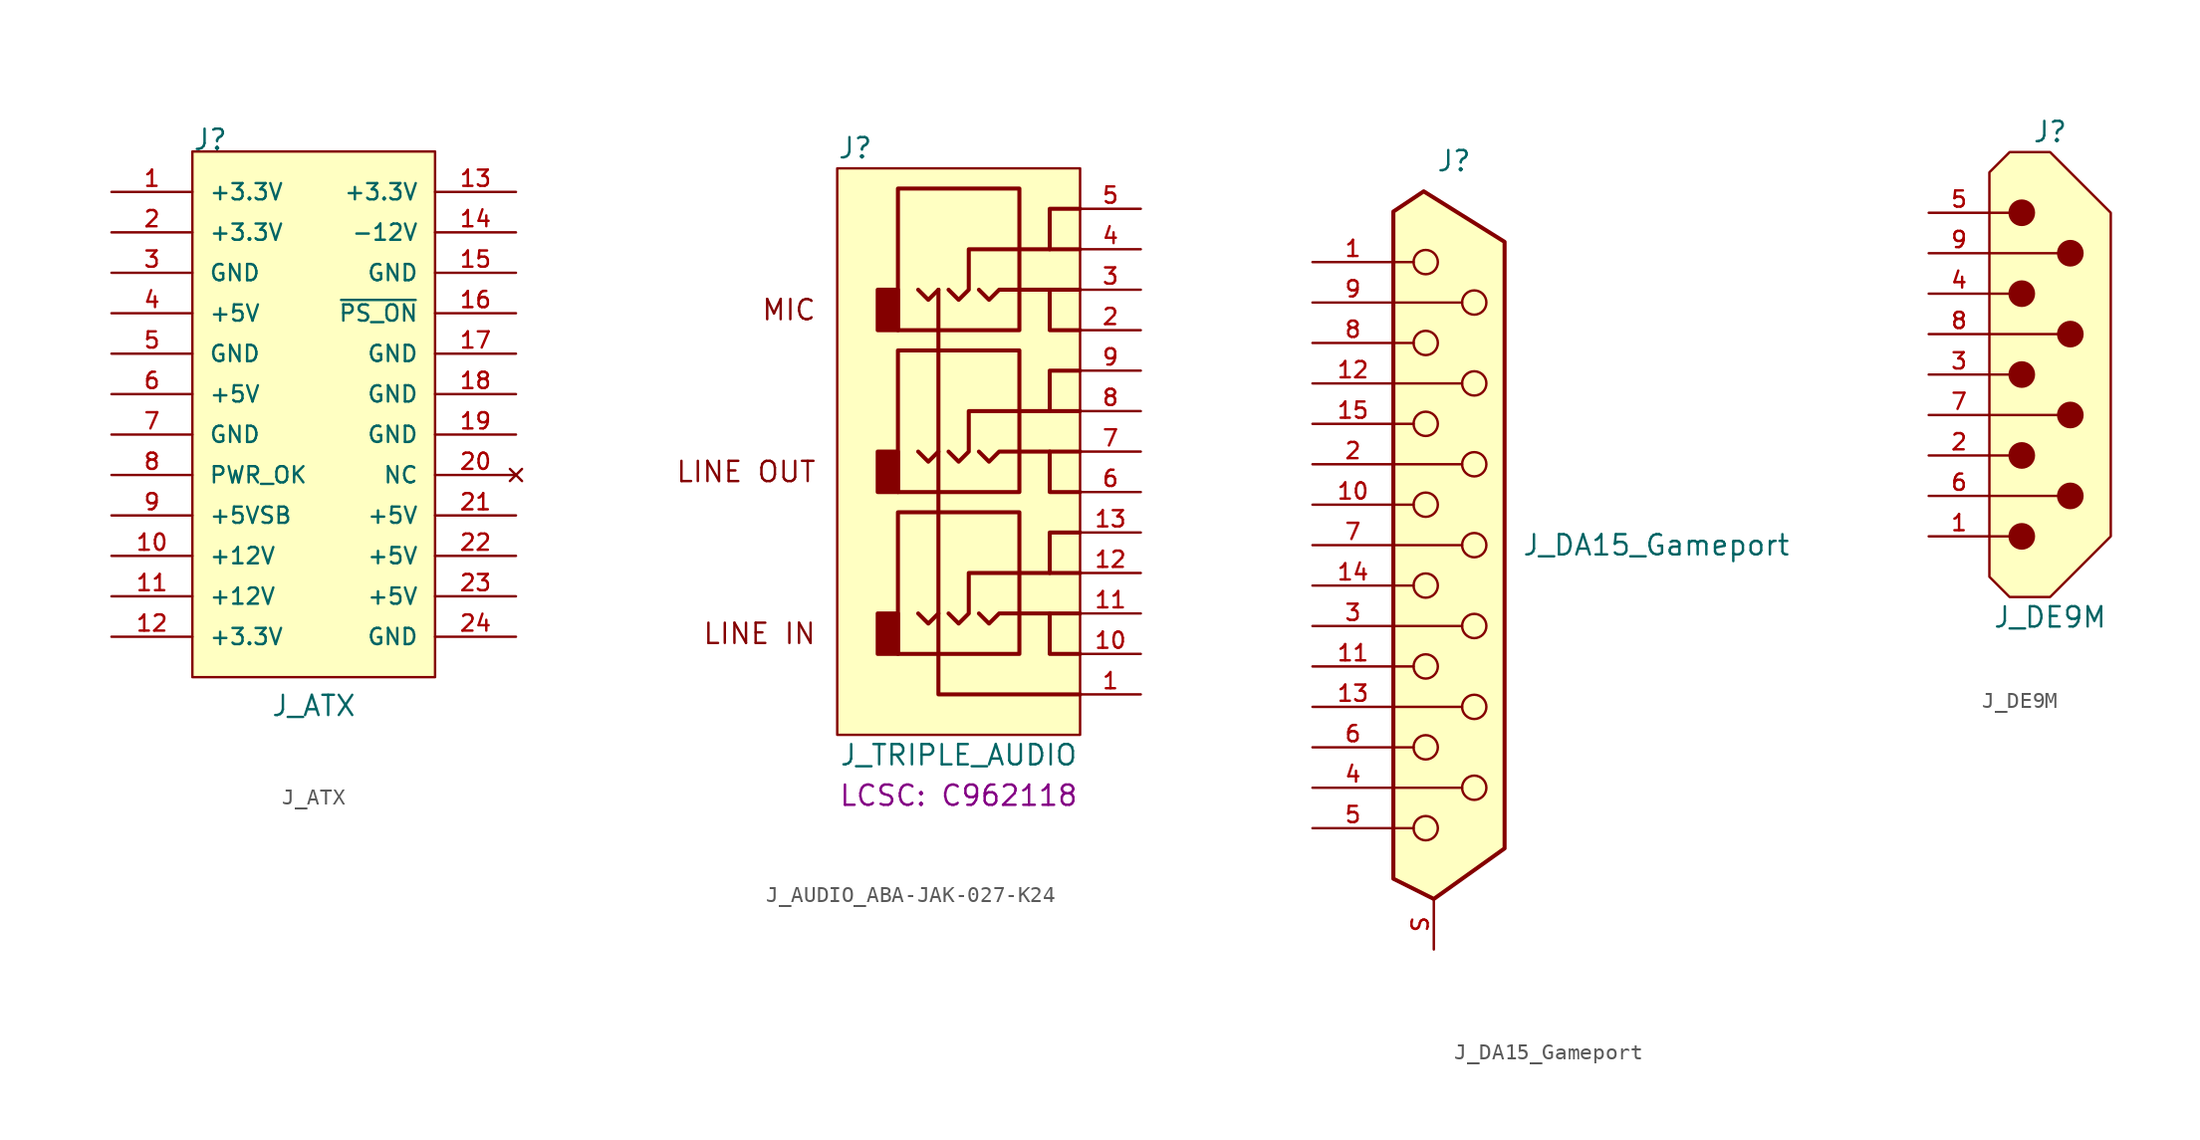
<source format=kicad_sym>
(kicad_symbol_lib
  (version 20220914)
  (generator kicad_symbol_editor)
  (symbol "J_ATX"
    (pin_names
      (offset 1.016))
    (property "Reference" "J"
      (at -7.62 16.51 0)
      (effects (font (size 1.27 1.27)) (justify left bottom)))
    (property "Value" "J_ATX"
      (at 0 -19.05 0)
      (effects (font (size 1.27 1.27)) (justify bottom)))
    (symbol "J_ATX_0_0"
      (rectangle (start -7.62 16.51) (end 7.62 -16.51) (stroke (width 0) (type default)) (fill (type background)))
      (pin input line (at 12.7 6.35 180) (length 5.08) (name "~{PS_ON}" (effects (font (size 1.016 1.016)))) (number "16" (effects (font (size 1.016 1.016)))))
      (pin no_connect line (at 12.7 -3.81 180) (length 5.08) (name "NC" (effects (font (size 1.016 1.016)))) (number "20" (effects (font (size 1.016 1.016)))))
      (pin output line (at -12.7 -3.81 0) (length 5.08) (name "PWR_OK" (effects (font (size 1.016 1.016)))) (number "8" (effects (font (size 1.016 1.016))))))
    (symbol "J_ATX_1_0"
      (pin power_in line (at -12.7 13.97 0) (length 5.08) (name "+3.3V" (effects (font (size 1.016 1.016)))) (number "1" (effects (font (size 1.016 1.016)))))
      (pin power_in line (at -12.7 -8.89 0) (length 5.08) (name "+12V" (effects (font (size 1.016 1.016)))) (number "10" (effects (font (size 1.016 1.016)))))
      (pin power_in line (at -12.7 -11.43 0) (length 5.08) (name "+12V" (effects (font (size 1.016 1.016)))) (number "11" (effects (font (size 1.016 1.016)))))
      (pin power_in line (at -12.7 -13.97 0) (length 5.08) (name "+3.3V" (effects (font (size 1.016 1.016)))) (number "12" (effects (font (size 1.016 1.016)))))
      (pin power_in line (at 12.7 13.97 180) (length 5.08) (name "+3.3V" (effects (font (size 1.016 1.016)))) (number "13" (effects (font (size 1.016 1.016)))))
      (pin power_in line (at 12.7 11.43 180) (length 5.08) (name "-12V" (effects (font (size 1.016 1.016)))) (number "14" (effects (font (size 1.016 1.016)))))
      (pin power_in line (at 12.7 8.89 180) (length 5.08) (name "GND" (effects (font (size 1.016 1.016)))) (number "15" (effects (font (size 1.016 1.016)))))
      (pin power_in line (at 12.7 3.81 180) (length 5.08) (name "GND" (effects (font (size 1.016 1.016)))) (number "17" (effects (font (size 1.016 1.016)))))
      (pin power_in line (at 12.7 1.27 180) (length 5.08) (name "GND" (effects (font (size 1.016 1.016)))) (number "18" (effects (font (size 1.016 1.016)))))
      (pin power_in line (at 12.7 -1.27 180) (length 5.08) (name "GND" (effects (font (size 1.016 1.016)))) (number "19" (effects (font (size 1.016 1.016)))))
      (pin power_in line (at -12.7 11.43 0) (length 5.08) (name "+3.3V" (effects (font (size 1.016 1.016)))) (number "2" (effects (font (size 1.016 1.016)))))
      (pin power_in line (at 12.7 -6.35 180) (length 5.08) (name "+5V" (effects (font (size 1.016 1.016)))) (number "21" (effects (font (size 1.016 1.016)))))
      (pin power_in line (at 12.7 -8.89 180) (length 5.08) (name "+5V" (effects (font (size 1.016 1.016)))) (number "22" (effects (font (size 1.016 1.016)))))
      (pin power_in line (at 12.7 -11.43 180) (length 5.08) (name "+5V" (effects (font (size 1.016 1.016)))) (number "23" (effects (font (size 1.016 1.016)))))
      (pin power_in line (at 12.7 -13.97 180) (length 5.08) (name "GND" (effects (font (size 1.016 1.016)))) (number "24" (effects (font (size 1.016 1.016)))))
      (pin power_in line (at -12.7 8.89 0) (length 5.08) (name "GND" (effects (font (size 1.016 1.016)))) (number "3" (effects (font (size 1.016 1.016)))))
      (pin power_in line (at -12.7 6.35 0) (length 5.08) (name "+5V" (effects (font (size 1.016 1.016)))) (number "4" (effects (font (size 1.016 1.016)))))
      (pin power_in line (at -12.7 3.81 0) (length 5.08) (name "GND" (effects (font (size 1.016 1.016)))) (number "5" (effects (font (size 1.016 1.016)))))
      (pin power_in line (at -12.7 1.27 0) (length 5.08) (name "+5V" (effects (font (size 1.016 1.016)))) (number "6" (effects (font (size 1.016 1.016)))))
      (pin power_in line (at -12.7 -1.27 0) (length 5.08) (name "GND" (effects (font (size 1.016 1.016)))) (number "7" (effects (font (size 1.016 1.016)))))
      (pin power_in line (at -12.7 -6.35 0) (length 5.08) (name "+5VSB" (effects (font (size 1.016 1.016)))) (number "9" (effects (font (size 1.016 1.016)))))))
  (symbol "J_AUDIO_ABA-JAK-027-K24"
    (property "Reference" "J"
      (at -7.62 19.05 0)
      (effects (font (size 1.27 1.27)) (justify left)))
    (property "Value" "J_TRIPLE_AUDIO"
      (at 0 -19.05 0)
      (effects (font (size 1.27 1.27))))
    (property "LCSC" "C962118"
      (at 0 -21.59 0)
      (show_name)
      (effects (font (size 1.27 1.27))))
    (symbol "J_AUDIO_ABA-JAK-027-K24_0_1"
      (rectangle (start -3.81 -12.7) (end -5.08 -10.16) (stroke (width 0.254) (type default)) (fill (type outline)))
      (rectangle (start -3.81 -2.54) (end -5.08 0) (stroke (width 0.254) (type default)) (fill (type outline)))
      (rectangle (start -3.81 7.62) (end -5.08 10.16) (stroke (width 0.254) (type default)) (fill (type outline)))
      (polyline (pts (xy 1.27 -10.16) (xy 1.905 -10.795) (xy 2.54 -10.16) (xy 3.81 -10.16)) (stroke (width 0.254) (type default)) (fill (type none)))
      (polyline (pts (xy 1.27 0) (xy 1.905 -0.635) (xy 2.54 0) (xy 3.81 0)) (stroke (width 0.254) (type default)) (fill (type none)))
      (polyline (pts (xy 1.27 10.16) (xy 1.905 9.525) (xy 2.54 10.16) (xy 3.81 10.16)) (stroke (width 0.254) (type default)) (fill (type none)))
      (polyline (pts (xy -1.27 0) (xy -1.27 -5.08) (xy -1.27 -10.16) (xy -1.905 -10.795) (xy -2.54 -10.16)) (stroke (width 0.254) (type default)) (fill (type none)))
      (polyline (pts (xy -1.27 10.16) (xy -1.27 5.08) (xy -1.27 0) (xy -1.905 -0.635) (xy -2.54 0)) (stroke (width 0.254) (type default)) (fill (type none)))
      (polyline (pts (xy -1.27 10.16) (xy -1.27 10.16) (xy -1.27 10.16) (xy -1.905 9.525) (xy -2.54 10.16)) (stroke (width 0.254) (type default)) (fill (type none)))
      (polyline (pts (xy -0.635 -10.16) (xy 0 -10.795) (xy 0.635 -10.16) (xy 0.635 -7.62) (xy 3.81 -7.62)) (stroke (width 0.254) (type default)) (fill (type none)))
      (polyline (pts (xy -0.635 0) (xy 0 -0.635) (xy 0.635 0) (xy 0.635 2.54) (xy 3.81 2.54)) (stroke (width 0.254) (type default)) (fill (type none)))
      (polyline (pts (xy -0.635 10.16) (xy 0 9.525) (xy 0.635 10.16) (xy 0.635 12.7) (xy 3.81 12.7)) (stroke (width 0.254) (type default)) (fill (type none))))
    (symbol "J_AUDIO_ABA-JAK-027-K24_1_1"
      (rectangle (start -7.62 17.78) (end 7.62 -17.78) (stroke (width 0) (type default)) (fill (type background)))
      (rectangle (start -3.81 -3.81) (end 3.81 -12.7) (stroke (width 0.254) (type default)) (fill (type none)))
      (rectangle (start -3.81 6.35) (end 3.81 -2.54) (stroke (width 0.254) (type default)) (fill (type none)))
      (rectangle (start -3.81 16.51) (end 3.81 7.62) (stroke (width 0.254) (type default)) (fill (type none)))
      (polyline (pts (xy 3.81 -10.16) (xy 7.62 -10.16)) (stroke (width 0.254) (type default)) (fill (type none)))
      (polyline (pts (xy 3.81 0) (xy 7.62 0)) (stroke (width 0.254) (type default)) (fill (type none)))
      (polyline (pts (xy 3.81 10.16) (xy 7.62 10.16)) (stroke (width 0.254) (type default)) (fill (type none)))
      (polyline (pts (xy 5.715 -7.62) (xy 7.62 -7.62)) (stroke (width 0.254) (type default)) (fill (type none)))
      (polyline (pts (xy 5.715 2.54) (xy 7.62 2.54)) (stroke (width 0.254) (type default)) (fill (type none)))
      (polyline (pts (xy 5.715 12.7) (xy 7.62 12.7)) (stroke (width 0.254) (type default)) (fill (type none)))
      (polyline (pts (xy -1.27 -10.16) (xy -1.27 -15.24) (xy 7.62 -15.24)) (stroke (width 0.254) (type default)) (fill (type none)))
      (polyline (pts (xy 5.715 -10.16) (xy 5.715 -12.7) (xy 7.62 -12.7)) (stroke (width 0.254) (type default)) (fill (type none)))
      (polyline (pts (xy 5.715 0) (xy 5.715 -2.54) (xy 7.62 -2.54)) (stroke (width 0.254) (type default)) (fill (type none)))
      (polyline (pts (xy 5.715 10.16) (xy 5.715 7.62) (xy 7.62 7.62)) (stroke (width 0.254) (type default)) (fill (type none)))
      (polyline (pts (xy 3.81 -7.62) (xy 5.715 -7.62) (xy 5.715 -5.08) (xy 7.62 -5.08)) (stroke (width 0.254) (type default)) (fill (type none)))
      (polyline (pts (xy 3.81 2.54) (xy 5.715 2.54) (xy 5.715 5.08) (xy 7.62 5.08)) (stroke (width 0.254) (type default)) (fill (type none)))
      (polyline (pts (xy 3.81 12.7) (xy 5.715 12.7) (xy 5.715 15.24) (xy 7.62 15.24)) (stroke (width 0.254) (type default)) (fill (type none)))
      (text "LINE IN" (at -8.89 -11.43 0) (effects (font (size 1.27 1.27)) (justify right)))
      (text "LINE OUT" (at -8.89 -1.27 0) (effects (font (size 1.27 1.27)) (justify right)))
      (text "MIC" (at -8.89 8.89 0) (effects (font (size 1.27 1.27)) (justify right)))
      (pin passive line (at 11.43 -15.24 180) (length 3.81) (name "~" (effects (font (size 1.016 1.016)))) (number "1" (effects (font (size 1.016 1.016)))))
      (pin passive line (at 11.43 -12.7 180) (length 3.81) (name "~" (effects (font (size 1.016 1.016)))) (number "10" (effects (font (size 1.016 1.016)))))
      (pin passive line (at 11.43 -10.16 180) (length 3.81) (name "~" (effects (font (size 1.016 1.016)))) (number "11" (effects (font (size 1.016 1.016)))))
      (pin passive line (at 11.43 -7.62 180) (length 3.81) (name "~" (effects (font (size 1.016 1.016)))) (number "12" (effects (font (size 1.016 1.016)))))
      (pin passive line (at 11.43 -5.08 180) (length 3.81) (name "~" (effects (font (size 1.016 1.016)))) (number "13" (effects (font (size 1.016 1.016)))))
      (pin passive line (at 11.43 7.62 180) (length 3.81) (name "~" (effects (font (size 1.016 1.016)))) (number "2" (effects (font (size 1.016 1.016)))))
      (pin passive line (at 11.43 10.16 180) (length 3.81) (name "~" (effects (font (size 1.016 1.016)))) (number "3" (effects (font (size 1.016 1.016)))))
      (pin passive line (at 11.43 12.7 180) (length 3.81) (name "~" (effects (font (size 1.016 1.016)))) (number "4" (effects (font (size 1.016 1.016)))))
      (pin passive line (at 11.43 15.24 180) (length 3.81) (name "~" (effects (font (size 1.016 1.016)))) (number "5" (effects (font (size 1.016 1.016)))))
      (pin passive line (at 11.43 -2.54 180) (length 3.81) (name "~" (effects (font (size 1.016 1.016)))) (number "6" (effects (font (size 1.016 1.016)))))
      (pin passive line (at 11.43 0 180) (length 3.81) (name "~" (effects (font (size 1.016 1.016)))) (number "7" (effects (font (size 1.016 1.016)))))
      (pin passive line (at 11.43 2.54 180) (length 3.81) (name "~" (effects (font (size 1.016 1.016)))) (number "8" (effects (font (size 1.016 1.016)))))
      (pin passive line (at 11.43 5.08 180) (length 3.81) (name "~" (effects (font (size 1.016 1.016)))) (number "9" (effects (font (size 1.016 1.016)))))))
  (symbol "J_DA15_Gameport"
    (pin_names
      (offset 1.016) hide)
    (property "Reference" "J"
      (at 0 24.13 0)
      (effects (font (size 1.27 1.27))))
    (property "Value" "J_DA15_Gameport"
      (at 12.7 0 0)
      (effects (font (size 1.27 1.27))))
    (symbol "J_DA15_Gameport_0_1"
      (circle (center -1.778 -17.78) (radius 0.762) (stroke (width 0) (type default)) (fill (type none)))
      (circle (center -1.778 -12.7) (radius 0.762) (stroke (width 0) (type default)) (fill (type none)))
      (circle (center -1.778 -7.62) (radius 0.762) (stroke (width 0) (type default)) (fill (type none)))
      (circle (center -1.778 -2.54) (radius 0.762) (stroke (width 0) (type default)) (fill (type none)))
      (circle (center -1.778 2.54) (radius 0.762) (stroke (width 0) (type default)) (fill (type none)))
      (circle (center -1.778 7.62) (radius 0.762) (stroke (width 0) (type default)) (fill (type none)))
      (circle (center -1.778 12.7) (radius 0.762) (stroke (width 0) (type default)) (fill (type none)))
      (circle (center -1.778 17.78) (radius 0.762) (stroke (width 0) (type default)) (fill (type none)))
      (polyline (pts (xy -3.81 -17.78) (xy -2.54 -17.78)) (stroke (width 0) (type default)) (fill (type none)))
      (polyline (pts (xy -3.81 -15.24) (xy 0.508 -15.24)) (stroke (width 0) (type default)) (fill (type none)))
      (polyline (pts (xy -3.81 -12.7) (xy -2.54 -12.7)) (stroke (width 0) (type default)) (fill (type none)))
      (polyline (pts (xy -3.81 -10.16) (xy 0.508 -10.16)) (stroke (width 0) (type default)) (fill (type none)))
      (polyline (pts (xy -3.81 -7.62) (xy -2.54 -7.62)) (stroke (width 0) (type default)) (fill (type none)))
      (polyline (pts (xy -3.81 -5.08) (xy 0.508 -5.08)) (stroke (width 0) (type default)) (fill (type none)))
      (polyline (pts (xy -3.81 -2.54) (xy -2.54 -2.54)) (stroke (width 0) (type default)) (fill (type none)))
      (polyline (pts (xy -3.81 0) (xy 0.508 0)) (stroke (width 0) (type default)) (fill (type none)))
      (polyline (pts (xy -3.81 2.54) (xy -2.54 2.54)) (stroke (width 0) (type default)) (fill (type none)))
      (polyline (pts (xy -3.81 5.08) (xy 0.508 5.08)) (stroke (width 0) (type default)) (fill (type none)))
      (polyline (pts (xy -3.81 7.62) (xy -2.54 7.62)) (stroke (width 0) (type default)) (fill (type none)))
      (polyline (pts (xy -3.81 10.16) (xy 0.508 10.16)) (stroke (width 0) (type default)) (fill (type none)))
      (polyline (pts (xy -3.81 12.7) (xy -2.54 12.7)) (stroke (width 0) (type default)) (fill (type none)))
      (polyline (pts (xy -3.81 15.24) (xy 0.508 15.24)) (stroke (width 0) (type default)) (fill (type none)))
      (polyline (pts (xy -3.81 17.78) (xy -2.54 17.78)) (stroke (width 0) (type default)) (fill (type none)))
      (polyline (pts (xy -3.81 20.955) (xy -1.905 22.225) (xy 3.175 19.05) (xy 3.175 -19.05) (xy -1.27 -22.225) (xy -3.81 -20.955) (xy -3.81 20.955)) (stroke (width 0.254) (type default)) (fill (type background)))
      (circle (center 1.27 -15.24) (radius 0.762) (stroke (width 0) (type default)) (fill (type none)))
      (circle (center 1.27 -10.16) (radius 0.762) (stroke (width 0) (type default)) (fill (type none)))
      (circle (center 1.27 -5.08) (radius 0.762) (stroke (width 0) (type default)) (fill (type none)))
      (circle (center 1.27 0) (radius 0.762) (stroke (width 0) (type default)) (fill (type none)))
      (circle (center 1.27 5.08) (radius 0.762) (stroke (width 0) (type default)) (fill (type none)))
      (circle (center 1.27 10.16) (radius 0.762) (stroke (width 0) (type default)) (fill (type none)))
      (circle (center 1.27 15.24) (radius 0.762) (stroke (width 0) (type default)) (fill (type none))))
    (symbol "J_DA15_Gameport_1_1"
      (pin passive line (at -8.89 17.78 0) (length 5.08) (name "1" (effects (font (size 1.016 1.016)))) (number "1" (effects (font (size 1.016 1.016)))))
      (pin passive line (at -8.89 2.54 0) (length 5.08) (name "10" (effects (font (size 1.016 1.016)))) (number "10" (effects (font (size 1.016 1.016)))))
      (pin passive line (at -8.89 -7.62 0) (length 5.08) (name "11" (effects (font (size 1.016 1.016)))) (number "11" (effects (font (size 1.016 1.016)))))
      (pin passive line (at -8.89 10.16 0) (length 5.08) (name "12" (effects (font (size 1.016 1.016)))) (number "12" (effects (font (size 1.016 1.016)))))
      (pin passive line (at -8.89 -10.16 0) (length 5.08) (name "13" (effects (font (size 1.016 1.016)))) (number "13" (effects (font (size 1.016 1.016)))))
      (pin passive line (at -8.89 -2.54 0) (length 5.08) (name "14" (effects (font (size 1.016 1.016)))) (number "14" (effects (font (size 1.016 1.016)))))
      (pin passive line (at -8.89 7.62 0) (length 5.08) (name "15" (effects (font (size 1.016 1.016)))) (number "15" (effects (font (size 1.016 1.016)))))
      (pin passive line (at -8.89 5.08 0) (length 5.08) (name "2" (effects (font (size 1.016 1.016)))) (number "2" (effects (font (size 1.016 1.016)))))
      (pin passive line (at -8.89 -5.08 0) (length 5.08) (name "3" (effects (font (size 1.016 1.016)))) (number "3" (effects (font (size 1.016 1.016)))))
      (pin passive line (at -8.89 -15.24 0) (length 5.08) (name "4" (effects (font (size 1.016 1.016)))) (number "4" (effects (font (size 1.016 1.016)))))
      (pin passive line (at -8.89 -17.78 0) (length 5.08) (name "5" (effects (font (size 1.016 1.016)))) (number "5" (effects (font (size 1.016 1.016)))))
      (pin passive line (at -8.89 -12.7 0) (length 5.08) (name "6" (effects (font (size 1.016 1.016)))) (number "6" (effects (font (size 1.016 1.016)))))
      (pin passive line (at -8.89 0 0) (length 5.08) (name "7" (effects (font (size 1.016 1.016)))) (number "7" (effects (font (size 1.016 1.016)))))
      (pin passive line (at -8.89 12.7 0) (length 5.08) (name "8" (effects (font (size 1.016 1.016)))) (number "8" (effects (font (size 1.016 1.016)))))
      (pin passive line (at -8.89 15.24 0) (length 5.08) (name "9" (effects (font (size 1.016 1.016)))) (number "9" (effects (font (size 1.016 1.016)))))
      (pin passive line (at -1.27 -25.4 90) (length 3.175) (name "SHIELD" (effects (font (size 1.016 1.016)))) (number "S" (effects (font (size 1.016 1.016)))))))
  (symbol "J_DE9M"
    (pin_names
      (offset 0.025))
    (property "Reference" "J"
      (at 0 15.24 0)
      (effects (font (size 1.27 1.27))))
    (property "Value" "J_DE9M"
      (at 0 -15.24 0)
      (effects (font (size 1.27 1.27))))
    (symbol "J_DE9M_1_1"
      (circle (center -1.778 -10.16) (radius 0.762) (stroke (width 0) (type solid)) (fill (type outline)))
      (circle (center -1.778 -5.08) (radius 0.762) (stroke (width 0) (type solid)) (fill (type outline)))
      (circle (center -1.778 0) (radius 0.762) (stroke (width 0) (type solid)) (fill (type outline)))
      (circle (center -1.778 5.08) (radius 0.762) (stroke (width 0) (type solid)) (fill (type outline)))
      (circle (center -1.778 10.16) (radius 0.762) (stroke (width 0) (type solid)) (fill (type outline)))
      (polyline (pts (xy -3.81 -10.16) (xy -2.54 -10.16)) (stroke (width 0) (type solid)) (fill (type none)))
      (polyline (pts (xy -3.81 -7.62) (xy 0.508 -7.62)) (stroke (width 0) (type solid)) (fill (type none)))
      (polyline (pts (xy -3.81 -5.08) (xy -2.54 -5.08)) (stroke (width 0) (type solid)) (fill (type none)))
      (polyline (pts (xy -3.81 -2.54) (xy 0.508 -2.54)) (stroke (width 0) (type solid)) (fill (type none)))
      (polyline (pts (xy -3.81 0) (xy -2.54 0)) (stroke (width 0) (type solid)) (fill (type none)))
      (polyline (pts (xy -3.81 2.54) (xy 0.508 2.54)) (stroke (width 0) (type solid)) (fill (type none)))
      (polyline (pts (xy -3.81 5.08) (xy -2.54 5.08)) (stroke (width 0) (type solid)) (fill (type none)))
      (polyline (pts (xy -3.81 7.62) (xy 0.508 7.62)) (stroke (width 0) (type solid)) (fill (type none)))
      (polyline (pts (xy -3.81 10.16) (xy -2.54 10.16)) (stroke (width 0) (type solid)) (fill (type none)))
      (polyline (pts (xy -3.81 12.7) (xy -2.54 13.97) (xy 0 13.97) (xy 3.81 10.16) (xy 3.81 -10.16) (xy 0 -13.97) (xy -2.54 -13.97) (xy -3.81 -12.7) (xy -3.81 12.7)) (stroke (width 0) (type solid)) (fill (type background)))
      (circle (center 1.27 -7.62) (radius 0.762) (stroke (width 0) (type solid)) (fill (type outline)))
      (circle (center 1.27 -2.54) (radius 0.762) (stroke (width 0) (type solid)) (fill (type outline)))
      (circle (center 1.27 2.54) (radius 0.762) (stroke (width 0) (type solid)) (fill (type outline)))
      (circle (center 1.27 7.62) (radius 0.762) (stroke (width 0) (type solid)) (fill (type outline)))
      (pin passive line (at -7.62 -10.16 0) (length 3.81) (name "~" (effects (font (size 1.016 1.016)))) (number "1" (effects (font (size 1.016 1.016)))))
      (pin power_in line (at 3.81 10.16 270) (length 0) hide (name "GND" (effects (font (size 1.016 1.016)))) (number "10" (effects (font (size 1.016 1.016)))))
      (pin power_in line (at 3.81 -10.16 90) (length 0) hide (name "GND" (effects (font (size 1.016 1.016)))) (number "11" (effects (font (size 1.016 1.016)))))
      (pin passive line (at -7.62 -5.08 0) (length 3.81) (name "~" (effects (font (size 1.016 1.016)))) (number "2" (effects (font (size 1.016 1.016)))))
      (pin passive line (at -7.62 0 0) (length 3.81) (name "~" (effects (font (size 1.016 1.016)))) (number "3" (effects (font (size 1.016 1.016)))))
      (pin passive line (at -7.62 5.08 0) (length 3.81) (name "~" (effects (font (size 1.016 1.016)))) (number "4" (effects (font (size 1.016 1.016)))))
      (pin passive line (at -7.62 10.16 0) (length 3.81) (name "~" (effects (font (size 1.016 1.016)))) (number "5" (effects (font (size 1.016 1.016)))))
      (pin passive line (at -7.62 -7.62 0) (length 3.81) (name "~" (effects (font (size 1.016 1.016)))) (number "6" (effects (font (size 1.016 1.016)))))
      (pin passive line (at -7.62 -2.54 0) (length 3.81) (name "~" (effects (font (size 1.016 1.016)))) (number "7" (effects (font (size 1.016 1.016)))))
      (pin passive line (at -7.62 2.54 0) (length 3.81) (name "~" (effects (font (size 1.016 1.016)))) (number "8" (effects (font (size 1.016 1.016)))))
      (pin passive line (at -7.62 7.62 0) (length 3.81) (name "~" (effects (font (size 1.016 1.016)))) (number "9" (effects (font (size 1.016 1.016))))))))
</source>
